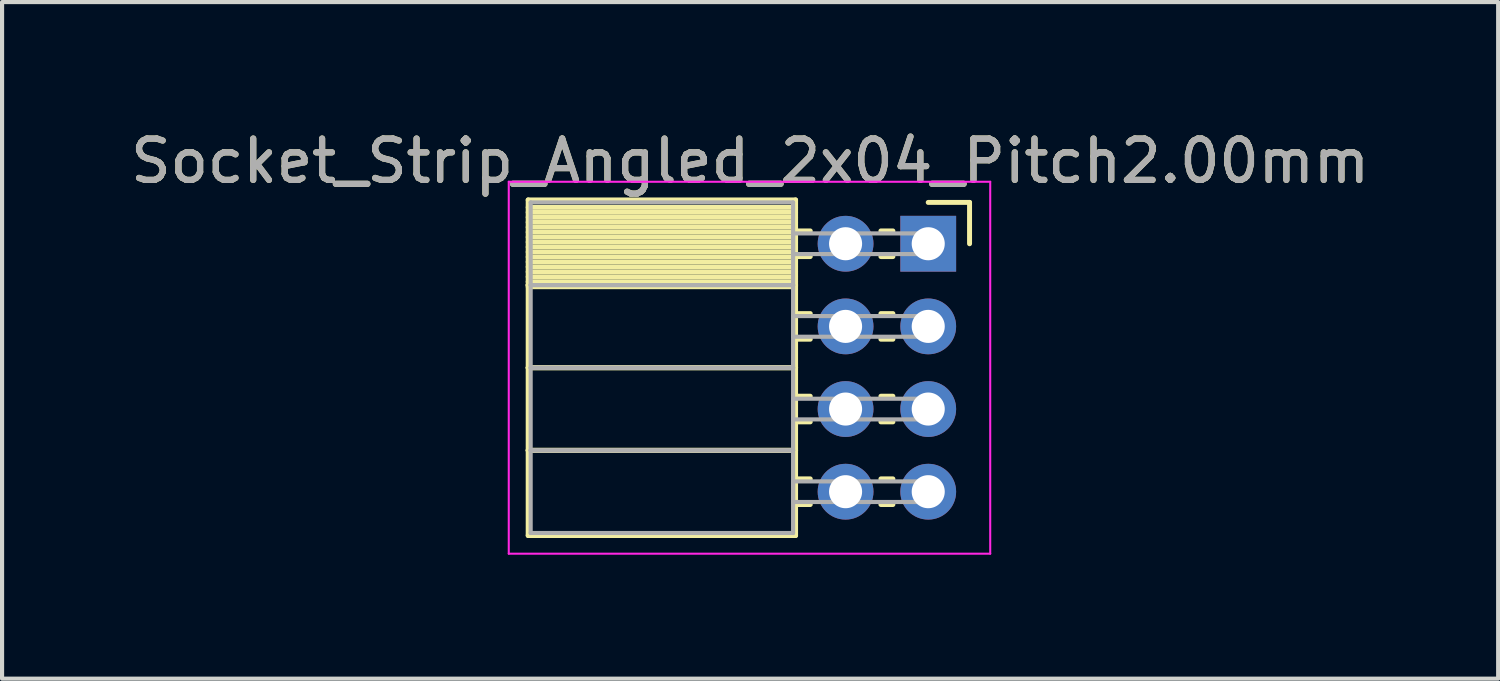
<source format=kicad_pcb>
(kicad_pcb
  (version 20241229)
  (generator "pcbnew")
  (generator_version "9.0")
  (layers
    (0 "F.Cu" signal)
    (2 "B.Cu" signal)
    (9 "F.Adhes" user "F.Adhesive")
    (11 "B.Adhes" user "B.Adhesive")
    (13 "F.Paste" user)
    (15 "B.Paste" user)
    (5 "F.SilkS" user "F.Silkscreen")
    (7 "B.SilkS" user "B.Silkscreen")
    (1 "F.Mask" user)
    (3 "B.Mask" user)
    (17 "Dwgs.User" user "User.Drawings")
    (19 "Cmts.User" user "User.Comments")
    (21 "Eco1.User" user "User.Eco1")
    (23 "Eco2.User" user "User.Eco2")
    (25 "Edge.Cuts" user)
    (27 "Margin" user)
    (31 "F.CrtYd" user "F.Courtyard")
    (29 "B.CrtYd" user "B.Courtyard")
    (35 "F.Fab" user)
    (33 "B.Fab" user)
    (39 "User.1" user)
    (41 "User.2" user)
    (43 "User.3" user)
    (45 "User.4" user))
  (footprint "Socket_Strip_Angled_2x04_Pitch2.00mm"
    (layer "F.Cu")
    (at 19.411 2.848)
    (property "Reference" "Socket_Strip_Angled_2x04_Pitch2.00mm" (at -4.31 -2 0) (layer "F.SilkS") (effects (font (size 1 1) (thickness 0.15))))
    (attr through_hole)
    (fp_line (start -9.68 -1.06) (end -3.21 -1.06) (stroke (width 0.12) (type solid)) (layer "F.SilkS"))
    (fp_line (start -9.68 1) (end -9.68 -1.06) (stroke (width 0.12) (type solid)) (layer "F.SilkS"))
    (fp_line (start -9.68 1) (end -3.21 1) (stroke (width 0.12) (type solid)) (layer "F.SilkS"))
    (fp_line (start -9.68 3) (end -9.68 1) (stroke (width 0.12) (type solid)) (layer "F.SilkS"))
    (fp_line (start -9.68 3) (end -3.21 3) (stroke (width 0.12) (type solid)) (layer "F.SilkS"))
    (fp_line (start -9.68 5) (end -9.68 3) (stroke (width 0.12) (type solid)) (layer "F.SilkS"))
    (fp_line (start -9.68 5) (end -3.21 5) (stroke (width 0.12) (type solid)) (layer "F.SilkS"))
    (fp_line (start -9.68 7.06) (end -9.68 5) (stroke (width 0.12) (type solid)) (layer "F.SilkS"))
    (fp_line (start -3.21 -1.06) (end -3.21 1) (stroke (width 0.12) (type solid)) (layer "F.SilkS"))
    (fp_line (start -3.21 -0.88) (end -9.68 -0.88) (stroke (width 0.12) (type solid)) (layer "F.SilkS"))
    (fp_line (start -3.21 -0.76) (end -9.68 -0.76) (stroke (width 0.12) (type solid)) (layer "F.SilkS"))
    (fp_line (start -3.21 -0.64) (end -9.68 -0.64) (stroke (width 0.12) (type solid)) (layer "F.SilkS"))
    (fp_line (start -3.21 -0.52) (end -9.68 -0.52) (stroke (width 0.12) (type solid)) (layer "F.SilkS"))
    (fp_line (start -3.21 -0.4) (end -9.68 -0.4) (stroke (width 0.12) (type solid)) (layer "F.SilkS"))
    (fp_line (start -3.21 -0.28) (end -9.68 -0.28) (stroke (width 0.12) (type solid)) (layer "F.SilkS"))
    (fp_line (start -3.21 -0.16) (end -9.68 -0.16) (stroke (width 0.12) (type solid)) (layer "F.SilkS"))
    (fp_line (start -3.21 -0.04) (end -9.68 -0.04) (stroke (width 0.12) (type solid)) (layer "F.SilkS"))
    (fp_line (start -3.21 0.08) (end -9.68 0.08) (stroke (width 0.12) (type solid)) (layer "F.SilkS"))
    (fp_line (start -3.21 0.2) (end -9.68 0.2) (stroke (width 0.12) (type solid)) (layer "F.SilkS"))
    (fp_line (start -3.21 0.32) (end -9.68 0.32) (stroke (width 0.12) (type solid)) (layer "F.SilkS"))
    (fp_line (start -3.21 0.44) (end -9.68 0.44) (stroke (width 0.12) (type solid)) (layer "F.SilkS"))
    (fp_line (start -3.21 0.56) (end -9.68 0.56) (stroke (width 0.12) (type solid)) (layer "F.SilkS"))
    (fp_line (start -3.21 0.68) (end -9.68 0.68) (stroke (width 0.12) (type solid)) (layer "F.SilkS"))
    (fp_line (start -3.21 0.8) (end -9.68 0.8) (stroke (width 0.12) (type solid)) (layer "F.SilkS"))
    (fp_line (start -3.21 0.92) (end -9.68 0.92) (stroke (width 0.12) (type solid)) (layer "F.SilkS"))
    (fp_line (start -3.21 1) (end -9.68 1) (stroke (width 0.12) (type solid)) (layer "F.SilkS"))
    (fp_line (start -3.21 1) (end -3.21 3) (stroke (width 0.12) (type solid)) (layer "F.SilkS"))
    (fp_line (start -3.21 1.04) (end -9.68 1.04) (stroke (width 0.12) (type solid)) (layer "F.SilkS"))
    (fp_line (start -3.21 3) (end -9.68 3) (stroke (width 0.12) (type solid)) (layer "F.SilkS"))
    (fp_line (start -3.21 3) (end -3.21 5) (stroke (width 0.12) (type solid)) (layer "F.SilkS"))
    (fp_line (start -3.21 5) (end -9.68 5) (stroke (width 0.12) (type solid)) (layer "F.SilkS"))
    (fp_line (start -3.21 5) (end -3.21 7.06) (stroke (width 0.12) (type solid)) (layer "F.SilkS"))
    (fp_line (start -3.21 7.06) (end -9.68 7.06) (stroke (width 0.12) (type solid)) (layer "F.SilkS"))
    (fp_line (start -2.855 -0.31) (end -3.21 -0.31) (stroke (width 0.12) (type solid)) (layer "F.SilkS"))
    (fp_line (start -2.855 0.31) (end -3.21 0.31) (stroke (width 0.12) (type solid)) (layer "F.SilkS"))
    (fp_line (start -2.855 1.69) (end -3.21 1.69) (stroke (width 0.12) (type solid)) (layer "F.SilkS"))
    (fp_line (start -2.855 2.31) (end -3.21 2.31) (stroke (width 0.12) (type solid)) (layer "F.SilkS"))
    (fp_line (start -2.855 3.69) (end -3.21 3.69) (stroke (width 0.12) (type solid)) (layer "F.SilkS"))
    (fp_line (start -2.855 4.31) (end -3.21 4.31) (stroke (width 0.12) (type solid)) (layer "F.SilkS"))
    (fp_line (start -2.855 5.69) (end -3.21 5.69) (stroke (width 0.12) (type solid)) (layer "F.SilkS"))
    (fp_line (start -2.855 6.31) (end -3.21 6.31) (stroke (width 0.12) (type solid)) (layer "F.SilkS"))
    (fp_line (start -0.855 -0.31) (end -1.145 -0.31) (stroke (width 0.12) (type solid)) (layer "F.SilkS"))
    (fp_line (start -0.855 0.31) (end -1.145 0.31) (stroke (width 0.12) (type solid)) (layer "F.SilkS"))
    (fp_line (start -0.855 1.69) (end -1.145 1.69) (stroke (width 0.12) (type solid)) (layer "F.SilkS"))
    (fp_line (start -0.855 2.31) (end -1.145 2.31) (stroke (width 0.12) (type solid)) (layer "F.SilkS"))
    (fp_line (start -0.855 3.69) (end -1.145 3.69) (stroke (width 0.12) (type solid)) (layer "F.SilkS"))
    (fp_line (start -0.855 4.31) (end -1.145 4.31) (stroke (width 0.12) (type solid)) (layer "F.SilkS"))
    (fp_line (start -0.855 5.69) (end -1.145 5.69) (stroke (width 0.12) (type solid)) (layer "F.SilkS"))
    (fp_line (start -0.855 6.31) (end -1.145 6.31) (stroke (width 0.12) (type solid)) (layer "F.SilkS"))
    (fp_line (start 0 -1) (end 1 -1) (stroke (width 0.12) (type solid)) (layer "F.SilkS"))
    (fp_line (start 1 -1) (end 1 0) (stroke (width 0.12) (type solid)) (layer "F.SilkS"))
    (fp_line (start -10.15 -1.5) (end 1.5 -1.5) (stroke (width 0.05) (type solid)) (layer "F.CrtYd"))
    (fp_line (start -10.15 7.5) (end -10.15 -1.5) (stroke (width 0.05) (type solid)) (layer "F.CrtYd"))
    (fp_line (start 1.5 -1.5) (end 1.5 7.5) (stroke (width 0.05) (type solid)) (layer "F.CrtYd"))
    (fp_line (start 1.5 7.5) (end -10.15 7.5) (stroke (width 0.05) (type solid)) (layer "F.CrtYd"))
    (fp_line (start -9.62 -1) (end -3.27 -1) (stroke (width 0.1) (type solid)) (layer "F.Fab"))
    (fp_line (start -9.62 1) (end -9.62 -1) (stroke (width 0.1) (type solid)) (layer "F.Fab"))
    (fp_line (start -9.62 1) (end -3.27 1) (stroke (width 0.1) (type solid)) (layer "F.Fab"))
    (fp_line (start -9.62 3) (end -9.62 1) (stroke (width 0.1) (type solid)) (layer "F.Fab"))
    (fp_line (start -9.62 3) (end -3.27 3) (stroke (width 0.1) (type solid)) (layer "F.Fab"))
    (fp_line (start -9.62 5) (end -9.62 3) (stroke (width 0.1) (type solid)) (layer "F.Fab"))
    (fp_line (start -9.62 5) (end -3.27 5) (stroke (width 0.1) (type solid)) (layer "F.Fab"))
    (fp_line (start -9.62 7) (end -9.62 5) (stroke (width 0.1) (type solid)) (layer "F.Fab"))
    (fp_line (start -3.27 -1) (end -3.27 1) (stroke (width 0.1) (type solid)) (layer "F.Fab"))
    (fp_line (start -3.27 -0.25) (end 0 -0.25) (stroke (width 0.1) (type solid)) (layer "F.Fab"))
    (fp_line (start -3.27 0.25) (end -3.27 -0.25) (stroke (width 0.1) (type solid)) (layer "F.Fab"))
    (fp_line (start -3.27 1) (end -9.62 1) (stroke (width 0.1) (type solid)) (layer "F.Fab"))
    (fp_line (start -3.27 1) (end -3.27 3) (stroke (width 0.1) (type solid)) (layer "F.Fab"))
    (fp_line (start -3.27 1.75) (end 0 1.75) (stroke (width 0.1) (type solid)) (layer "F.Fab"))
    (fp_line (start -3.27 2.25) (end -3.27 1.75) (stroke (width 0.1) (type solid)) (layer "F.Fab"))
    (fp_line (start -3.27 3) (end -9.62 3) (stroke (width 0.1) (type solid)) (layer "F.Fab"))
    (fp_line (start -3.27 3) (end -3.27 5) (stroke (width 0.1) (type solid)) (layer "F.Fab"))
    (fp_line (start -3.27 3.75) (end 0 3.75) (stroke (width 0.1) (type solid)) (layer "F.Fab"))
    (fp_line (start -3.27 4.25) (end -3.27 3.75) (stroke (width 0.1) (type solid)) (layer "F.Fab"))
    (fp_line (start -3.27 5) (end -9.62 5) (stroke (width 0.1) (type solid)) (layer "F.Fab"))
    (fp_line (start -3.27 5) (end -3.27 7) (stroke (width 0.1) (type solid)) (layer "F.Fab"))
    (fp_line (start -3.27 5.75) (end 0 5.75) (stroke (width 0.1) (type solid)) (layer "F.Fab"))
    (fp_line (start -3.27 6.25) (end -3.27 5.75) (stroke (width 0.1) (type solid)) (layer "F.Fab"))
    (fp_line (start -3.27 7) (end -9.62 7) (stroke (width 0.1) (type solid)) (layer "F.Fab"))
    (fp_line (start 0 -0.25) (end 0 0.25) (stroke (width 0.1) (type solid)) (layer "F.Fab"))
    (fp_line (start 0 0.25) (end -3.27 0.25) (stroke (width 0.1) (type solid)) (layer "F.Fab"))
    (fp_line (start 0 1.75) (end 0 2.25) (stroke (width 0.1) (type solid)) (layer "F.Fab"))
    (fp_line (start 0 2.25) (end -3.27 2.25) (stroke (width 0.1) (type solid)) (layer "F.Fab"))
    (fp_line (start 0 3.75) (end 0 4.25) (stroke (width 0.1) (type solid)) (layer "F.Fab"))
    (fp_line (start 0 4.25) (end -3.27 4.25) (stroke (width 0.1) (type solid)) (layer "F.Fab"))
    (fp_line (start 0 5.75) (end 0 6.25) (stroke (width 0.1) (type solid)) (layer "F.Fab"))
    (fp_line (start 0 6.25) (end -3.27 6.25) (stroke (width 0.1) (type solid)) (layer "F.Fab"))
    (fp_text user "${REFERENCE}" (at -4.31 -2 0) (layer "F.Fab") (effects (font (size 1 1) (thickness 0.15))))
    (pad "1" thru_hole rect (at 0 0) (size 1.35 1.35) (drill 0.8) (layers "*.Cu" "*.Mask"))
    (pad "2" thru_hole oval (at -2 0) (size 1.35 1.35) (drill 0.8) (layers "*.Cu" "*.Mask"))
    (pad "3" thru_hole oval (at 0 2) (size 1.35 1.35) (drill 0.8) (layers "*.Cu" "*.Mask"))
    (pad "4" thru_hole oval (at -2 2) (size 1.35 1.35) (drill 0.8) (layers "*.Cu" "*.Mask"))
    (pad "5" thru_hole oval (at 0 4) (size 1.35 1.35) (drill 0.8) (layers "*.Cu" "*.Mask"))
    (pad "6" thru_hole oval (at -2 4) (size 1.35 1.35) (drill 0.8) (layers "*.Cu" "*.Mask"))
    (pad "7" thru_hole oval (at 0 6) (size 1.35 1.35) (drill 0.8) (layers "*.Cu" "*.Mask"))
    (pad "8" thru_hole oval (at -2 6) (size 1.35 1.35) (drill 0.8) (layers "*.Cu" "*.Mask")))
  (gr_rect
    (start -3 -3)
    (end 33.202 13.373)
    (stroke (width 0.1) (type default))
    (fill no)
    (layer "Edge.Cuts")))
</source>
